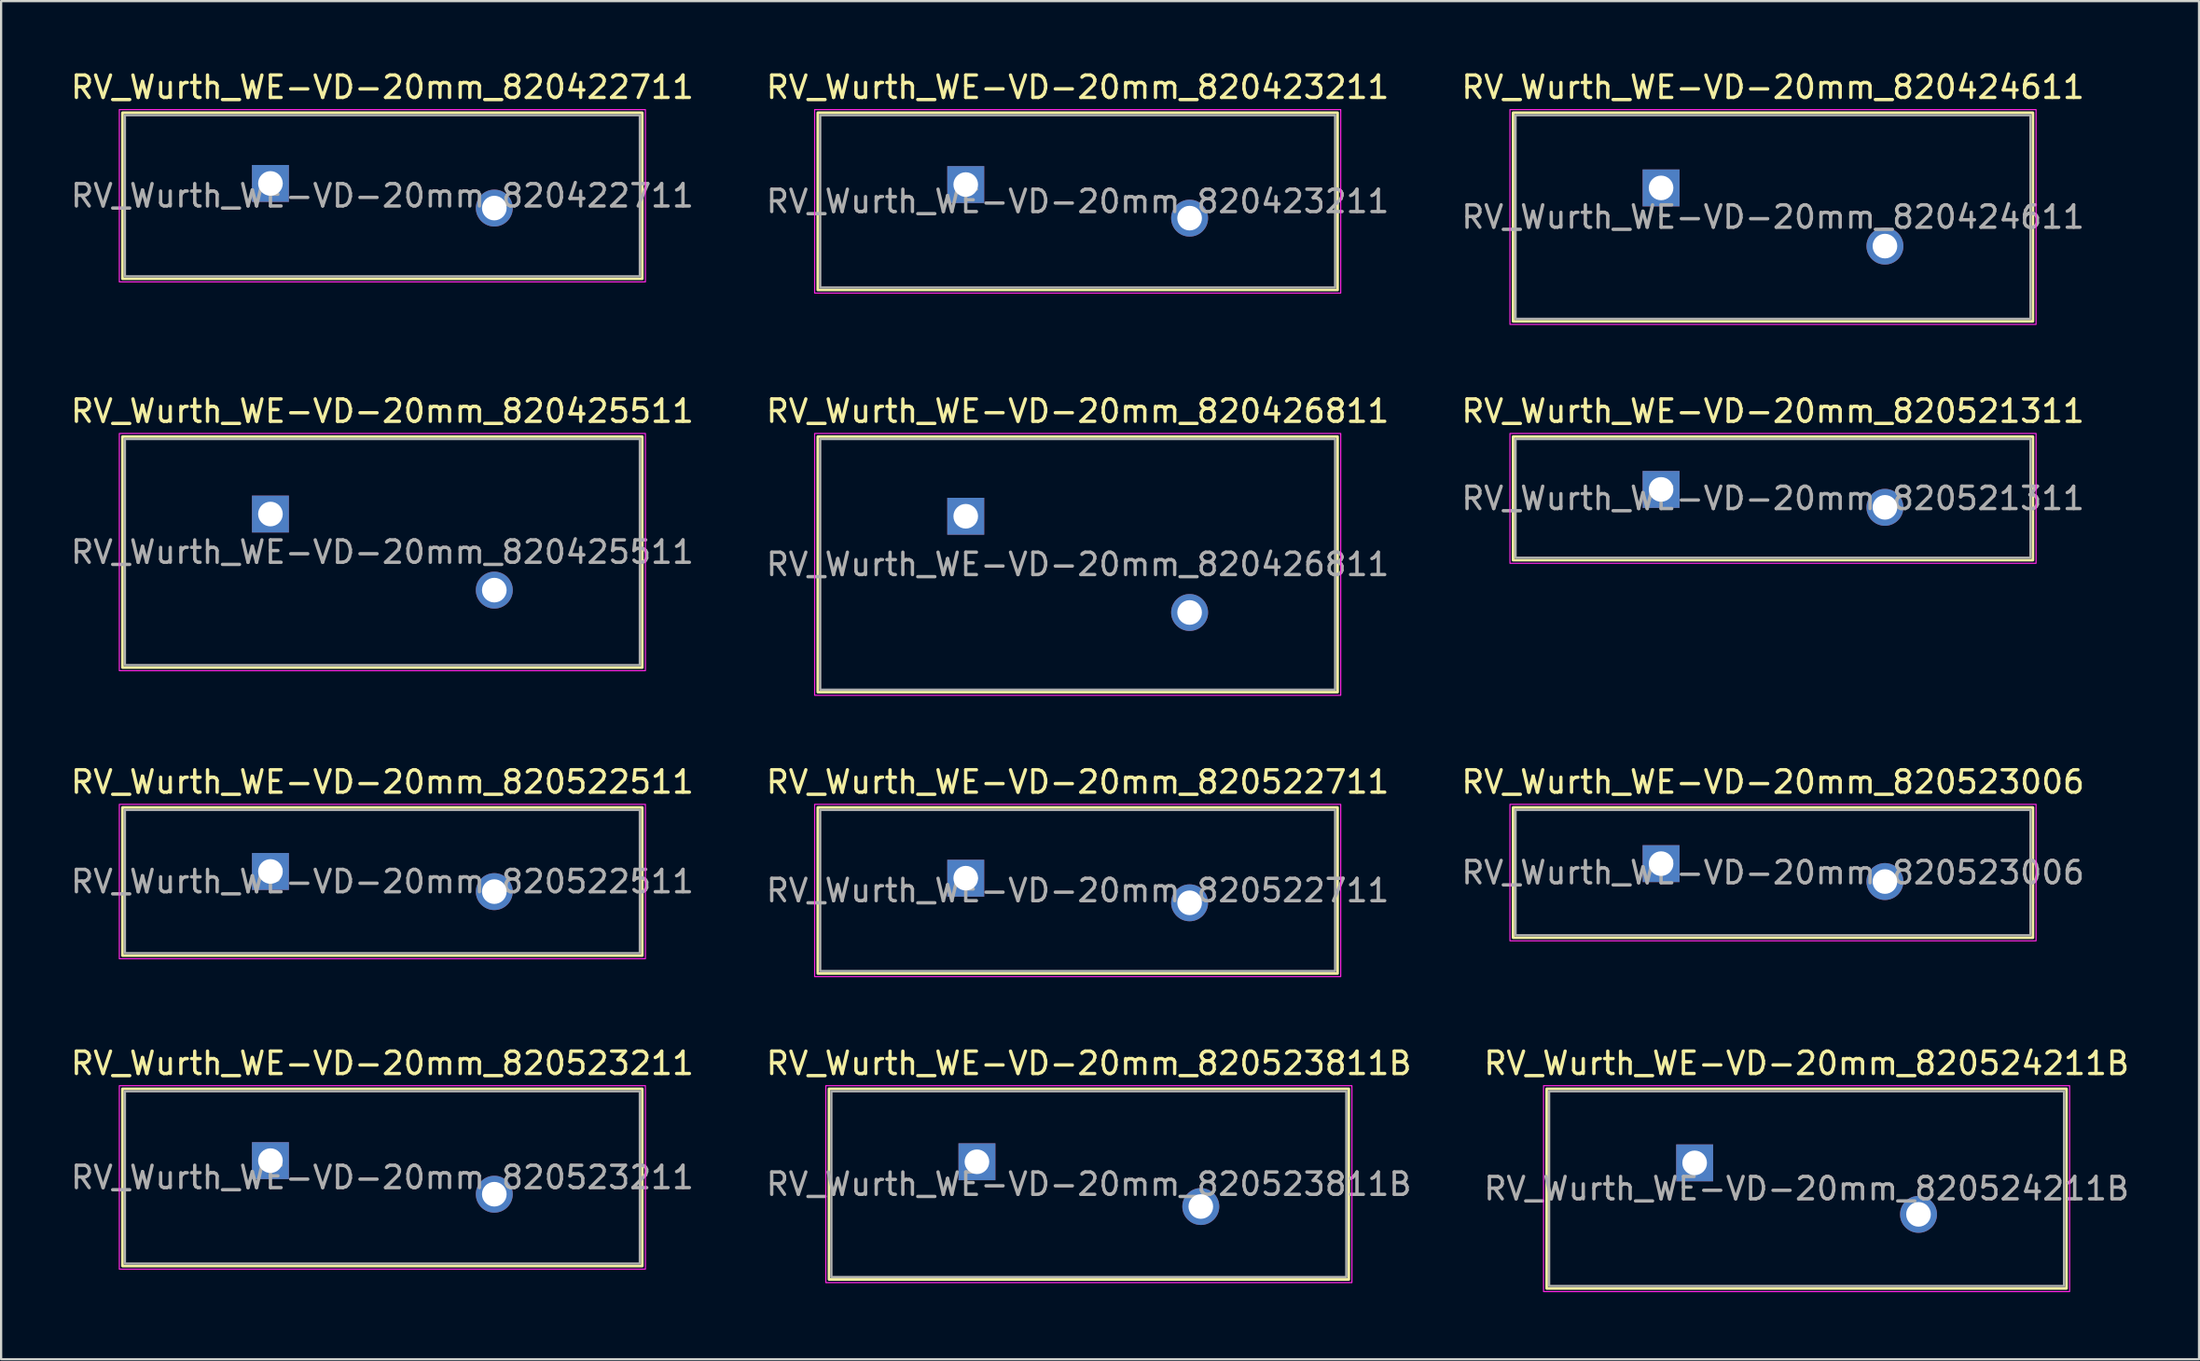
<source format=kicad_pcb>
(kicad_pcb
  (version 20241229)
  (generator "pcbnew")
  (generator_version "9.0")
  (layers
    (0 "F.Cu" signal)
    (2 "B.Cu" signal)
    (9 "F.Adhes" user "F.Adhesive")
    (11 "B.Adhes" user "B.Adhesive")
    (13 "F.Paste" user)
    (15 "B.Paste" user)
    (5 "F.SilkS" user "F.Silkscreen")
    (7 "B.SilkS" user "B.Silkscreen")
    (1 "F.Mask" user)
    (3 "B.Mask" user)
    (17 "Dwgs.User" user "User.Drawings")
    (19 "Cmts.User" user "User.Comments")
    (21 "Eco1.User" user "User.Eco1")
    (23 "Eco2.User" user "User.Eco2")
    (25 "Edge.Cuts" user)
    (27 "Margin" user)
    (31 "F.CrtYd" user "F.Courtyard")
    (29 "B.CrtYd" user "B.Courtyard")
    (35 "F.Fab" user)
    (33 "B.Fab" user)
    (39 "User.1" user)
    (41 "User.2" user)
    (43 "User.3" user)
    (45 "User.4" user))
  (footprint "RV_Wurth_WE-VD-20mm_820423211"
    (layer "F.Cu")
    (at 40.089 5.198)
    (property "Reference" "RV_Wurth_WE-VD-20mm_820423211" (at 5 -4.35 0) (unlocked yes) (layer "F.SilkS") (effects (font (size 1 1) (thickness 0.15))))
    (attr through_hole)
    (fp_rect (start -6.61 -3.21) (end 16.61 4.71) (stroke (width 0.12) (type solid)) (fill no) (layer "F.SilkS"))
    (fp_rect (start -6.75 -3.35) (end 16.75 4.85) (stroke (width 0.05) (type solid)) (fill no) (layer "F.CrtYd"))
    (fp_rect (start -6.5 -3.1) (end 16.5 4.6) (stroke (width 0.1) (type solid)) (fill no) (layer "F.Fab"))
    (fp_text user "${REFERENCE}" (at 5 0.75 0) (unlocked yes) (layer "F.Fab") (effects (font (size 1 1) (thickness 0.15))))
    (pad "1" thru_hole rect (at 0 0) (size 1.65 1.65) (drill 1.1) (layers "*.Cu" "*.Mask"))
    (pad "2" thru_hole circle (at 10 1.5) (size 1.65 1.65) (drill 1.1) (layers "*.Cu" "*.Mask")))
  (footprint "RV_Wurth_WE-VD-20mm_820524211B"
    (layer "F.Cu")
    (at 72.649 48.918)
    (property "Reference" "RV_Wurth_WE-VD-20mm_820524211B" (at 5 -4.45 0) (unlocked yes) (layer "F.SilkS") (effects (font (size 1 1) (thickness 0.15))))
    (attr through_hole)
    (fp_rect (start -6.61 -3.31) (end 16.61 5.61) (stroke (width 0.12) (type solid)) (fill no) (layer "F.SilkS"))
    (fp_rect (start -6.75 -3.45) (end 16.75 5.75) (stroke (width 0.05) (type solid)) (fill no) (layer "F.CrtYd"))
    (fp_rect (start -6.5 -3.2) (end 16.5 5.5) (stroke (width 0.1) (type solid)) (fill no) (layer "F.Fab"))
    (fp_text user "${REFERENCE}" (at 5 1.15 0) (unlocked yes) (layer "F.Fab") (effects (font (size 1 1) (thickness 0.15))))
    (pad "1" thru_hole rect (at 0 0) (size 1.65 1.65) (drill 1.1) (layers "*.Cu" "*.Mask"))
    (pad "2" thru_hole circle (at 10 2.3) (size 1.65 1.65) (drill 1.1) (layers "*.Cu" "*.Mask")))
  (footprint "RV_Wurth_WE-VD-20mm_820523811B"
    (layer "F.Cu")
    (at 40.589 48.868)
    (property "Reference" "RV_Wurth_WE-VD-20mm_820523811B" (at 5 -4.4 0) (unlocked yes) (layer "F.SilkS") (effects (font (size 1 1) (thickness 0.15))))
    (attr through_hole)
    (fp_rect (start -6.61 -3.26) (end 16.61 5.26) (stroke (width 0.12) (type solid)) (fill no) (layer "F.SilkS"))
    (fp_rect (start -6.75 -3.4) (end 16.75 5.4) (stroke (width 0.05) (type solid)) (fill no) (layer "F.CrtYd"))
    (fp_rect (start -6.5 -3.15) (end 16.5 5.15) (stroke (width 0.1) (type solid)) (fill no) (layer "F.Fab"))
    (fp_text user "${REFERENCE}" (at 5 1 0) (unlocked yes) (layer "F.Fab") (effects (font (size 1 1) (thickness 0.15))))
    (pad "1" thru_hole rect (at 0 0) (size 1.65 1.65) (drill 1.1) (layers "*.Cu" "*.Mask"))
    (pad "2" thru_hole circle (at 10 2) (size 1.65 1.65) (drill 1.1) (layers "*.Cu" "*.Mask")))
  (footprint "RV_Wurth_WE-VD-20mm_820425511"
    (layer "F.Cu")
    (at 9.03 19.922)
    (property "Reference" "RV_Wurth_WE-VD-20mm_820425511" (at 5 -4.6 0) (unlocked yes) (layer "F.SilkS") (effects (font (size 1 1) (thickness 0.15))))
    (attr through_hole)
    (fp_rect (start -6.61 -3.46) (end 16.61 6.86) (stroke (width 0.12) (type solid)) (fill no) (layer "F.SilkS"))
    (fp_rect (start -6.75 -3.6) (end 16.75 7) (stroke (width 0.05) (type solid)) (fill no) (layer "F.CrtYd"))
    (fp_rect (start -6.5 -3.35) (end 16.5 6.75) (stroke (width 0.1) (type solid)) (fill no) (layer "F.Fab"))
    (fp_text user "${REFERENCE}" (at 5 1.7 0) (unlocked yes) (layer "F.Fab") (effects (font (size 1 1) (thickness 0.15))))
    (pad "1" thru_hole rect (at 0 0) (size 1.65 1.65) (drill 1.1) (layers "*.Cu" "*.Mask"))
    (pad "2" thru_hole circle (at 10 3.4) (size 1.65 1.65) (drill 1.1) (layers "*.Cu" "*.Mask")))
  (footprint "RV_Wurth_WE-VD-20mm_820426811"
    (layer "F.Cu")
    (at 40.089 20.021)
    (property "Reference" "RV_Wurth_WE-VD-20mm_820426811" (at 5 -4.7 0) (unlocked yes) (layer "F.SilkS") (effects (font (size 1 1) (thickness 0.15))))
    (attr through_hole)
    (fp_rect (start -6.61 -3.56) (end 16.61 7.86) (stroke (width 0.12) (type solid)) (fill no) (layer "F.SilkS"))
    (fp_rect (start -6.75 -3.7) (end 16.75 8) (stroke (width 0.05) (type solid)) (fill no) (layer "F.CrtYd"))
    (fp_rect (start -6.5 -3.45) (end 16.5 7.75) (stroke (width 0.1) (type solid)) (fill no) (layer "F.Fab"))
    (fp_text user "${REFERENCE}" (at 5 2.15 0) (unlocked yes) (layer "F.Fab") (effects (font (size 1 1) (thickness 0.15))))
    (pad "1" thru_hole rect (at 0 0) (size 1.65 1.65) (drill 1.1) (layers "*.Cu" "*.Mask"))
    (pad "2" thru_hole circle (at 10 4.3) (size 1.65 1.65) (drill 1.1) (layers "*.Cu" "*.Mask")))
  (footprint "RV_Wurth_WE-VD-20mm_820523006"
    (layer "F.Cu")
    (at 71.149 35.545)
    (property "Reference" "RV_Wurth_WE-VD-20mm_820523006" (at 5 -3.65 0) (unlocked yes) (layer "F.SilkS") (effects (font (size 1 1) (thickness 0.15))))
    (attr through_hole)
    (fp_rect (start -6.61 -2.51) (end 16.61 3.31) (stroke (width 0.12) (type solid)) (fill no) (layer "F.SilkS"))
    (fp_rect (start -6.75 -2.65) (end 16.75 3.45) (stroke (width 0.05) (type solid)) (fill no) (layer "F.CrtYd"))
    (fp_rect (start -6.5 -2.4) (end 16.5 3.2) (stroke (width 0.1) (type solid)) (fill no) (layer "F.Fab"))
    (fp_text user "${REFERENCE}" (at 5 0.4 0) (unlocked yes) (layer "F.Fab") (effects (font (size 1 1) (thickness 0.15))))
    (pad "1" thru_hole rect (at 0 0) (size 1.65 1.65) (drill 1.1) (layers "*.Cu" "*.Mask"))
    (pad "2" thru_hole circle (at 10 0.8) (size 1.65 1.65) (drill 1.1) (layers "*.Cu" "*.Mask")))
  (footprint "RV_Wurth_WE-VD-20mm_820522711"
    (layer "F.Cu")
    (at 40.089 36.195)
    (property "Reference" "RV_Wurth_WE-VD-20mm_820522711" (at 5 -4.3 0) (unlocked yes) (layer "F.SilkS") (effects (font (size 1 1) (thickness 0.15))))
    (attr through_hole)
    (fp_rect (start -6.61 -3.16) (end 16.61 4.26) (stroke (width 0.12) (type solid)) (fill no) (layer "F.SilkS"))
    (fp_rect (start -6.75 -3.3) (end 16.75 4.4) (stroke (width 0.05) (type solid)) (fill no) (layer "F.CrtYd"))
    (fp_rect (start -6.5 -3.05) (end 16.5 4.15) (stroke (width 0.1) (type solid)) (fill no) (layer "F.Fab"))
    (fp_text user "${REFERENCE}" (at 5 0.55 0) (unlocked yes) (layer "F.Fab") (effects (font (size 1 1) (thickness 0.15))))
    (pad "1" thru_hole rect (at 0 0) (size 1.65 1.65) (drill 1.1) (layers "*.Cu" "*.Mask"))
    (pad "2" thru_hole circle (at 10 1.1) (size 1.65 1.65) (drill 1.1) (layers "*.Cu" "*.Mask")))
  (footprint "RV_Wurth_WE-VD-20mm_820422711"
    (layer "F.Cu")
    (at 9.03 5.148)
    (property "Reference" "RV_Wurth_WE-VD-20mm_820422711" (at 5 -4.3 0) (unlocked yes) (layer "F.SilkS") (effects (font (size 1 1) (thickness 0.15))))
    (attr through_hole)
    (fp_rect (start -6.61 -3.16) (end 16.61 4.26) (stroke (width 0.12) (type solid)) (fill no) (layer "F.SilkS"))
    (fp_rect (start -6.75 -3.3) (end 16.75 4.4) (stroke (width 0.05) (type solid)) (fill no) (layer "F.CrtYd"))
    (fp_rect (start -6.5 -3.05) (end 16.5 4.15) (stroke (width 0.1) (type solid)) (fill no) (layer "F.Fab"))
    (fp_text user "${REFERENCE}" (at 5 0.55 0) (unlocked yes) (layer "F.Fab") (effects (font (size 1 1) (thickness 0.15))))
    (pad "1" thru_hole rect (at 0 0) (size 1.65 1.65) (drill 1.1) (layers "*.Cu" "*.Mask"))
    (pad "2" thru_hole circle (at 10 1.1) (size 1.65 1.65) (drill 1.1) (layers "*.Cu" "*.Mask")))
  (footprint "RV_Wurth_WE-VD-20mm_820522511"
    (layer "F.Cu")
    (at 9.03 35.895)
    (property "Reference" "RV_Wurth_WE-VD-20mm_820522511" (at 5 -4 0) (unlocked yes) (layer "F.SilkS") (effects (font (size 1 1) (thickness 0.15))))
    (attr through_hole)
    (fp_rect (start -6.61 -2.86) (end 16.61 3.76) (stroke (width 0.12) (type solid)) (fill no) (layer "F.SilkS"))
    (fp_rect (start -6.75 -3) (end 16.75 3.9) (stroke (width 0.05) (type solid)) (fill no) (layer "F.CrtYd"))
    (fp_rect (start -6.5 -2.75) (end 16.5 3.65) (stroke (width 0.1) (type solid)) (fill no) (layer "F.Fab"))
    (fp_text user "${REFERENCE}" (at 5 0.45 0) (unlocked yes) (layer "F.Fab") (effects (font (size 1 1) (thickness 0.15))))
    (pad "1" thru_hole rect (at 0 0) (size 1.65 1.65) (drill 1.1) (layers "*.Cu" "*.Mask"))
    (pad "2" thru_hole circle (at 10 0.9) (size 1.65 1.65) (drill 1.1) (layers "*.Cu" "*.Mask")))
  (footprint "RV_Wurth_WE-VD-20mm_820424611"
    (layer "F.Cu")
    (at 71.149 5.348)
    (property "Reference" "RV_Wurth_WE-VD-20mm_820424611" (at 5 -4.5 0) (unlocked yes) (layer "F.SilkS") (effects (font (size 1 1) (thickness 0.15))))
    (attr through_hole)
    (fp_rect (start -6.61 -3.36) (end 16.61 5.96) (stroke (width 0.12) (type solid)) (fill no) (layer "F.SilkS"))
    (fp_rect (start -6.75 -3.5) (end 16.75 6.1) (stroke (width 0.05) (type solid)) (fill no) (layer "F.CrtYd"))
    (fp_rect (start -6.5 -3.25) (end 16.5 5.85) (stroke (width 0.1) (type solid)) (fill no) (layer "F.Fab"))
    (fp_text user "${REFERENCE}" (at 5 1.3 0) (unlocked yes) (layer "F.Fab") (effects (font (size 1 1) (thickness 0.15))))
    (pad "1" thru_hole rect (at 0 0) (size 1.65 1.65) (drill 1.1) (layers "*.Cu" "*.Mask"))
    (pad "2" thru_hole circle (at 10 2.6) (size 1.65 1.65) (drill 1.1) (layers "*.Cu" "*.Mask")))
  (footprint "RV_Wurth_WE-VD-20mm_820523211"
    (layer "F.Cu")
    (at 9.03 48.818)
    (property "Reference" "RV_Wurth_WE-VD-20mm_820523211" (at 5 -4.35 0) (unlocked yes) (layer "F.SilkS") (effects (font (size 1 1) (thickness 0.15))))
    (attr through_hole)
    (fp_rect (start -6.61 -3.21) (end 16.61 4.71) (stroke (width 0.12) (type solid)) (fill no) (layer "F.SilkS"))
    (fp_rect (start -6.75 -3.35) (end 16.75 4.85) (stroke (width 0.05) (type solid)) (fill no) (layer "F.CrtYd"))
    (fp_rect (start -6.5 -3.1) (end 16.5 4.6) (stroke (width 0.1) (type solid)) (fill no) (layer "F.Fab"))
    (fp_text user "${REFERENCE}" (at 5 0.75 0) (unlocked yes) (layer "F.Fab") (effects (font (size 1 1) (thickness 0.15))))
    (pad "1" thru_hole rect (at 0 0) (size 1.65 1.65) (drill 1.1) (layers "*.Cu" "*.Mask"))
    (pad "2" thru_hole circle (at 10 1.5) (size 1.65 1.65) (drill 1.1) (layers "*.Cu" "*.Mask")))
  (footprint "RV_Wurth_WE-VD-20mm_820521311"
    (layer "F.Cu")
    (at 71.149 18.822)
    (property "Reference" "RV_Wurth_WE-VD-20mm_820521311" (at 5 -3.5 0) (unlocked yes) (layer "F.SilkS") (effects (font (size 1 1) (thickness 0.15))))
    (attr through_hole)
    (fp_rect (start -6.61 -2.36) (end 16.61 3.16) (stroke (width 0.12) (type solid)) (fill no) (layer "F.SilkS"))
    (fp_rect (start -6.75 -2.5) (end 16.75 3.3) (stroke (width 0.05) (type solid)) (fill no) (layer "F.CrtYd"))
    (fp_rect (start -6.5 -2.25) (end 16.5 3.05) (stroke (width 0.1) (type solid)) (fill no) (layer "F.Fab"))
    (fp_text user "${REFERENCE}" (at 5 0.4 0) (unlocked yes) (layer "F.Fab") (effects (font (size 1 1) (thickness 0.15))))
    (pad "1" thru_hole rect (at 0 0) (size 1.65 1.65) (drill 1.1) (layers "*.Cu" "*.Mask"))
    (pad "2" thru_hole circle (at 10 0.8) (size 1.65 1.65) (drill 1.1) (layers "*.Cu" "*.Mask")))
  (gr_rect
    (start -3 -3)
    (end 95.179 57.693)
    (stroke (width 0.1) (type default))
    (fill no)
    (layer "Edge.Cuts")))
</source>
